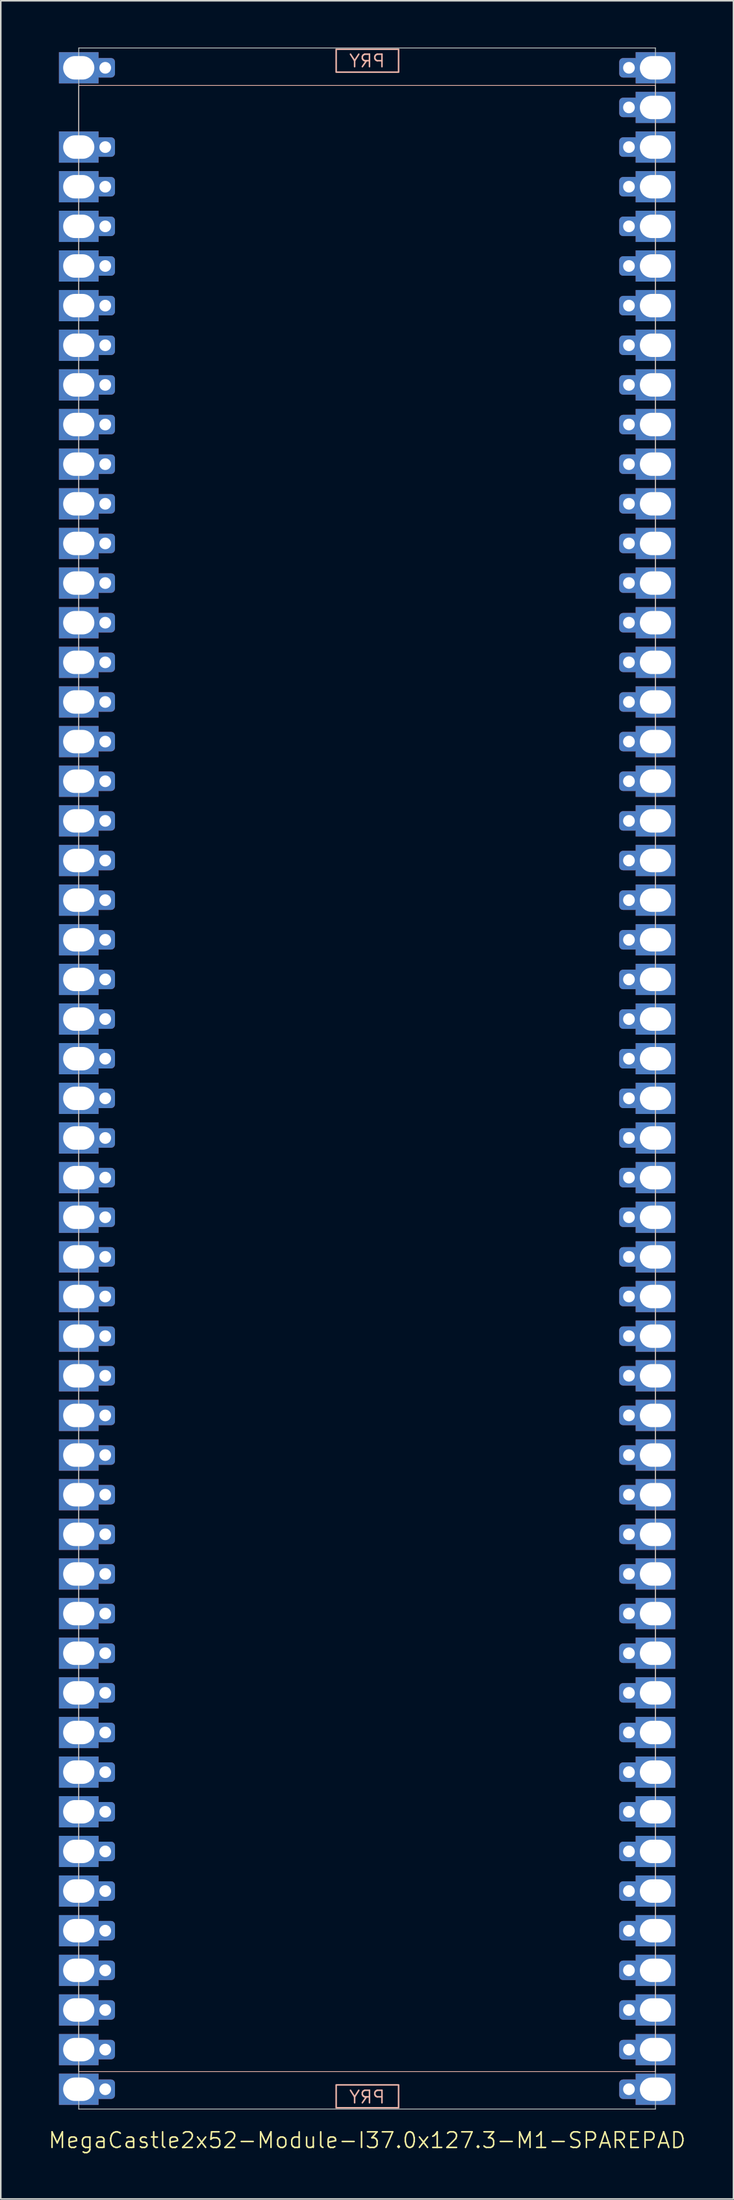
<source format=kicad_pcb>
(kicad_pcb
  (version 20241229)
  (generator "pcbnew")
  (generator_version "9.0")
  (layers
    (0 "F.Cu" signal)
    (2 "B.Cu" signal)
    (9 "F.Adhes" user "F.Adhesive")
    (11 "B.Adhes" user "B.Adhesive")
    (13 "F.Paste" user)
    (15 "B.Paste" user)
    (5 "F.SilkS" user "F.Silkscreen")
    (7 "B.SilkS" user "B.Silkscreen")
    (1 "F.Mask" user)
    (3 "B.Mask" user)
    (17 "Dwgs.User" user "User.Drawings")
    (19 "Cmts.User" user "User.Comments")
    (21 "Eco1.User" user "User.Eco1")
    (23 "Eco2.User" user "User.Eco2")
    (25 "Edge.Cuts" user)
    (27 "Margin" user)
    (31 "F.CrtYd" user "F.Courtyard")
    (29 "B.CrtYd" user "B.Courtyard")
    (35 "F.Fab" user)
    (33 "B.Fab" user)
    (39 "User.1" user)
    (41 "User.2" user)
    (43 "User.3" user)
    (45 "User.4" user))
  (footprint "MegaCastle2x52-Module-I37.0x127.3-M1-SPAREPAD"
    (layer "F.Cu")
    (at 20.502 66.065)
    (property "Reference" "MegaCastle2x52-Module-I37.0x127.3-M1-SPAREPAD" (at 0 68.04 0) (unlocked yes) (layer "F.SilkS") (effects (font (size 1 1) (thickness 0.1))))
    (attr smd)
    (fp_rect (start -18.5 63.64) (end 18.5 -63.64) (stroke (width 0.05) (type default)) (fill no) (layer "B.SilkS"))
    (fp_rect (start -1.984 -64.491) (end 2.02 -65.96) (stroke (width 0.1) (type default)) (fill no) (layer "B.SilkS"))
    (fp_rect (start -1.984 64.491) (end 2.02 65.96) (stroke (width 0.1) (type default)) (fill no) (layer "B.SilkS"))
    (fp_line (start -18.5 -66.04) (end -18.5 66.04) (stroke (width 0.05) (type default)) (layer "Edge.Cuts"))
    (fp_line (start -18.5 -66.04) (end 18.5 -66.04) (stroke (width 0.05) (type default)) (layer "Edge.Cuts"))
    (fp_line (start -18.5 66.04) (end 18.5 66.04) (stroke (width 0.05) (type default)) (layer "Edge.Cuts"))
    (fp_line (start 18.5 -66.04) (end 18.5 66.04) (stroke (width 0.05) (type default)) (layer "Edge.Cuts"))
    (fp_text user "PRY" (at 0 65.74 0) (unlocked yes) (layer "B.SilkS") (effects (font (size 0.8 0.8) (thickness 0.1)) (justify bottom mirror)))
    (fp_text user "PRY" (at 0 -64.74 0) (unlocked yes) (layer "B.SilkS") (effects (font (size 0.8 0.8) (thickness 0.1)) (justify bottom mirror)))
    (pad "1" thru_hole rect (at -18.5 -64.77) (size 2.54 2) (drill oval 2 1.5) (property pad_prop_castellated) (layers "*.Cu" "*.Mask"))
    (pad "1" thru_hole roundrect (at -16.8 -64.77 180) (size 1.25 1.25) (drill 0.75) (layers "*.Cu" "*.Mask") (roundrect_rratio 0.2))
    (pad "3" thru_hole rect (at -18.5 -59.69) (size 2.54 2) (drill oval 2 1.5) (property pad_prop_castellated) (layers "*.Cu" "*.Mask"))
    (pad "3" thru_hole roundrect (at -16.8 -59.69 180) (size 1.25 1.25) (drill 0.75) (layers "*.Cu" "*.Mask") (roundrect_rratio 0.2))
    (pad "4" thru_hole rect (at -18.5 -57.15) (size 2.54 2) (drill oval 2 1.5) (property pad_prop_castellated) (layers "*.Cu" "*.Mask"))
    (pad "4" thru_hole roundrect (at -16.8 -57.15 180) (size 1.25 1.25) (drill 0.75) (layers "*.Cu" "*.Mask") (roundrect_rratio 0.2))
    (pad "5" thru_hole rect (at -18.5 -54.61) (size 2.54 2) (drill oval 2 1.5) (property pad_prop_castellated) (layers "*.Cu" "*.Mask"))
    (pad "5" thru_hole roundrect (at -16.8 -54.61 180) (size 1.25 1.25) (drill 0.75) (layers "*.Cu" "*.Mask") (roundrect_rratio 0.2))
    (pad "6" thru_hole rect (at -18.5 -52.07) (size 2.54 2) (drill oval 2 1.5) (property pad_prop_castellated) (layers "*.Cu" "*.Mask"))
    (pad "6" thru_hole roundrect (at -16.8 -52.07 180) (size 1.25 1.25) (drill 0.75) (layers "*.Cu" "*.Mask") (roundrect_rratio 0.2))
    (pad "7" thru_hole rect (at -18.5 -49.53) (size 2.54 2) (drill oval 2 1.5) (property pad_prop_castellated) (layers "*.Cu" "*.Mask"))
    (pad "7" thru_hole roundrect (at -16.8 -49.53 180) (size 1.25 1.25) (drill 0.75) (layers "*.Cu" "*.Mask") (roundrect_rratio 0.2))
    (pad "8" thru_hole rect (at -18.5 -46.99) (size 2.54 2) (drill oval 2 1.5) (property pad_prop_castellated) (layers "*.Cu" "*.Mask"))
    (pad "8" thru_hole roundrect (at -16.8 -46.99 180) (size 1.25 1.25) (drill 0.75) (layers "*.Cu" "*.Mask") (roundrect_rratio 0.2))
    (pad "9" thru_hole rect (at -18.5 -44.45) (size 2.54 2) (drill oval 2 1.5) (property pad_prop_castellated) (layers "*.Cu" "*.Mask"))
    (pad "9" thru_hole roundrect (at -16.8 -44.45 180) (size 1.25 1.25) (drill 0.75) (layers "*.Cu" "*.Mask") (roundrect_rratio 0.2))
    (pad "10" thru_hole rect (at -18.5 -41.91) (size 2.54 2) (drill oval 2 1.5) (property pad_prop_castellated) (layers "*.Cu" "*.Mask"))
    (pad "10" thru_hole roundrect (at -16.8 -41.91 180) (size 1.25 1.25) (drill 0.75) (layers "*.Cu" "*.Mask") (roundrect_rratio 0.2))
    (pad "11" thru_hole rect (at -18.5 -39.37) (size 2.54 2) (drill oval 2 1.5) (property pad_prop_castellated) (layers "*.Cu" "*.Mask"))
    (pad "11" thru_hole roundrect (at -16.8 -39.37 180) (size 1.25 1.25) (drill 0.75) (layers "*.Cu" "*.Mask") (roundrect_rratio 0.2))
    (pad "12" thru_hole rect (at -18.5 -36.83) (size 2.54 2) (drill oval 2 1.5) (property pad_prop_castellated) (layers "*.Cu" "*.Mask"))
    (pad "12" thru_hole roundrect (at -16.8 -36.83 180) (size 1.25 1.25) (drill 0.75) (layers "*.Cu" "*.Mask") (roundrect_rratio 0.2))
    (pad "13" thru_hole rect (at -18.5 -34.29) (size 2.54 2) (drill oval 2 1.5) (property pad_prop_castellated) (layers "*.Cu" "*.Mask"))
    (pad "13" thru_hole roundrect (at -16.8 -34.29 180) (size 1.25 1.25) (drill 0.75) (layers "*.Cu" "*.Mask") (roundrect_rratio 0.2))
    (pad "14" thru_hole rect (at -18.5 -31.75) (size 2.54 2) (drill oval 2 1.5) (property pad_prop_castellated) (layers "*.Cu" "*.Mask"))
    (pad "14" thru_hole roundrect (at -16.8 -31.75 180) (size 1.25 1.25) (drill 0.75) (layers "*.Cu" "*.Mask") (roundrect_rratio 0.2))
    (pad "15" thru_hole rect (at -18.5 -29.21) (size 2.54 2) (drill oval 2 1.5) (property pad_prop_castellated) (layers "*.Cu" "*.Mask"))
    (pad "15" thru_hole roundrect (at -16.8 -29.21 180) (size 1.25 1.25) (drill 0.75) (layers "*.Cu" "*.Mask") (roundrect_rratio 0.2))
    (pad "16" thru_hole rect (at -18.5 -26.67) (size 2.54 2) (drill oval 2 1.5) (property pad_prop_castellated) (layers "*.Cu" "*.Mask"))
    (pad "16" thru_hole roundrect (at -16.8 -26.67 180) (size 1.25 1.25) (drill 0.75) (layers "*.Cu" "*.Mask") (roundrect_rratio 0.2))
    (pad "17" thru_hole rect (at -18.5 -24.13) (size 2.54 2) (drill oval 2 1.5) (property pad_prop_castellated) (layers "*.Cu" "*.Mask"))
    (pad "17" thru_hole roundrect (at -16.8 -24.13 180) (size 1.25 1.25) (drill 0.75) (layers "*.Cu" "*.Mask") (roundrect_rratio 0.2))
    (pad "18" thru_hole rect (at -18.5 -21.59) (size 2.54 2) (drill oval 2 1.5) (property pad_prop_castellated) (layers "*.Cu" "*.Mask"))
    (pad "18" thru_hole roundrect (at -16.8 -21.59 180) (size 1.25 1.25) (drill 0.75) (layers "*.Cu" "*.Mask") (roundrect_rratio 0.2))
    (pad "19" thru_hole rect (at -18.5 -19.05) (size 2.54 2) (drill oval 2 1.5) (property pad_prop_castellated) (layers "*.Cu" "*.Mask"))
    (pad "19" thru_hole roundrect (at -16.8 -19.05 180) (size 1.25 1.25) (drill 0.75) (layers "*.Cu" "*.Mask") (roundrect_rratio 0.2))
    (pad "20" thru_hole rect (at -18.5 -16.51) (size 2.54 2) (drill oval 2 1.5) (property pad_prop_castellated) (layers "*.Cu" "*.Mask"))
    (pad "20" thru_hole roundrect (at -16.8 -16.51 180) (size 1.25 1.25) (drill 0.75) (layers "*.Cu" "*.Mask") (roundrect_rratio 0.2))
    (pad "21" thru_hole rect (at -18.5 -13.97) (size 2.54 2) (drill oval 2 1.5) (property pad_prop_castellated) (layers "*.Cu" "*.Mask"))
    (pad "21" thru_hole roundrect (at -16.8 -13.97 180) (size 1.25 1.25) (drill 0.75) (layers "*.Cu" "*.Mask") (roundrect_rratio 0.2))
    (pad "22" thru_hole rect (at -18.5 -11.43) (size 2.54 2) (drill oval 2 1.5) (property pad_prop_castellated) (layers "*.Cu" "*.Mask"))
    (pad "22" thru_hole roundrect (at -16.8 -11.43 180) (size 1.25 1.25) (drill 0.75) (layers "*.Cu" "*.Mask") (roundrect_rratio 0.2))
    (pad "23" thru_hole rect (at -18.5 -8.89) (size 2.54 2) (drill oval 2 1.5) (property pad_prop_castellated) (layers "*.Cu" "*.Mask"))
    (pad "23" thru_hole roundrect (at -16.8 -8.89 180) (size 1.25 1.25) (drill 0.75) (layers "*.Cu" "*.Mask") (roundrect_rratio 0.2))
    (pad "24" thru_hole rect (at -18.5 -6.35) (size 2.54 2) (drill oval 2 1.5) (property pad_prop_castellated) (layers "*.Cu" "*.Mask"))
    (pad "24" thru_hole roundrect (at -16.8 -6.35 180) (size 1.25 1.25) (drill 0.75) (layers "*.Cu" "*.Mask") (roundrect_rratio 0.2))
    (pad "25" thru_hole rect (at -18.5 -3.81) (size 2.54 2) (drill oval 2 1.5) (property pad_prop_castellated) (layers "*.Cu" "*.Mask"))
    (pad "25" thru_hole roundrect (at -16.8 -3.81 180) (size 1.25 1.25) (drill 0.75) (layers "*.Cu" "*.Mask") (roundrect_rratio 0.2))
    (pad "26" thru_hole rect (at -18.5 -1.27) (size 2.54 2) (drill oval 2 1.5) (property pad_prop_castellated) (layers "*.Cu" "*.Mask"))
    (pad "26" thru_hole roundrect (at -16.8 -1.27 180) (size 1.25 1.25) (drill 0.75) (layers "*.Cu" "*.Mask") (roundrect_rratio 0.2))
    (pad "27" thru_hole rect (at -18.5 1.27) (size 2.54 2) (drill oval 2 1.5) (property pad_prop_castellated) (layers "*.Cu" "*.Mask"))
    (pad "27" thru_hole roundrect (at -16.8 1.27 180) (size 1.25 1.25) (drill 0.75) (layers "*.Cu" "*.Mask") (roundrect_rratio 0.2))
    (pad "28" thru_hole rect (at -18.5 3.81) (size 2.54 2) (drill oval 2 1.5) (property pad_prop_castellated) (layers "*.Cu" "*.Mask"))
    (pad "28" thru_hole roundrect (at -16.8 3.81 180) (size 1.25 1.25) (drill 0.75) (layers "*.Cu" "*.Mask") (roundrect_rratio 0.2))
    (pad "29" thru_hole rect (at -18.5 6.35) (size 2.54 2) (drill oval 2 1.5) (property pad_prop_castellated) (layers "*.Cu" "*.Mask"))
    (pad "29" thru_hole roundrect (at -16.8 6.35 180) (size 1.25 1.25) (drill 0.75) (layers "*.Cu" "*.Mask") (roundrect_rratio 0.2))
    (pad "30" thru_hole rect (at -18.5 8.89) (size 2.54 2) (drill oval 2 1.5) (property pad_prop_castellated) (layers "*.Cu" "*.Mask"))
    (pad "30" thru_hole roundrect (at -16.8 8.89 180) (size 1.25 1.25) (drill 0.75) (layers "*.Cu" "*.Mask") (roundrect_rratio 0.2))
    (pad "31" thru_hole rect (at -18.5 11.43) (size 2.54 2) (drill oval 2 1.5) (property pad_prop_castellated) (layers "*.Cu" "*.Mask"))
    (pad "31" thru_hole roundrect (at -16.8 11.43 180) (size 1.25 1.25) (drill 0.75) (layers "*.Cu" "*.Mask") (roundrect_rratio 0.2))
    (pad "32" thru_hole rect (at -18.5 13.97) (size 2.54 2) (drill oval 2 1.5) (property pad_prop_castellated) (layers "*.Cu" "*.Mask"))
    (pad "32" thru_hole roundrect (at -16.8 13.97 180) (size 1.25 1.25) (drill 0.75) (layers "*.Cu" "*.Mask") (roundrect_rratio 0.2))
    (pad "33" thru_hole rect (at -18.5 16.51) (size 2.54 2) (drill oval 2 1.5) (property pad_prop_castellated) (layers "*.Cu" "*.Mask"))
    (pad "33" thru_hole roundrect (at -16.8 16.51 180) (size 1.25 1.25) (drill 0.75) (layers "*.Cu" "*.Mask") (roundrect_rratio 0.2))
    (pad "34" thru_hole rect (at -18.5 19.05) (size 2.54 2) (drill oval 2 1.5) (property pad_prop_castellated) (layers "*.Cu" "*.Mask"))
    (pad "34" thru_hole roundrect (at -16.8 19.05 180) (size 1.25 1.25) (drill 0.75) (layers "*.Cu" "*.Mask") (roundrect_rratio 0.2))
    (pad "35" thru_hole rect (at -18.5 21.59) (size 2.54 2) (drill oval 2 1.5) (property pad_prop_castellated) (layers "*.Cu" "*.Mask"))
    (pad "35" thru_hole roundrect (at -16.8 21.59 180) (size 1.25 1.25) (drill 0.75) (layers "*.Cu" "*.Mask") (roundrect_rratio 0.2))
    (pad "36" thru_hole rect (at -18.5 24.13) (size 2.54 2) (drill oval 2 1.5) (property pad_prop_castellated) (layers "*.Cu" "*.Mask"))
    (pad "36" thru_hole roundrect (at -16.8 24.13 180) (size 1.25 1.25) (drill 0.75) (layers "*.Cu" "*.Mask") (roundrect_rratio 0.2))
    (pad "37" thru_hole rect (at -18.5 26.67) (size 2.54 2) (drill oval 2 1.5) (property pad_prop_castellated) (layers "*.Cu" "*.Mask"))
    (pad "37" thru_hole roundrect (at -16.8 26.67 180) (size 1.25 1.25) (drill 0.75) (layers "*.Cu" "*.Mask") (roundrect_rratio 0.2))
    (pad "38" thru_hole rect (at -18.5 29.21) (size 2.54 2) (drill oval 2 1.5) (property pad_prop_castellated) (layers "*.Cu" "*.Mask"))
    (pad "38" thru_hole roundrect (at -16.8 29.21 180) (size 1.25 1.25) (drill 0.75) (layers "*.Cu" "*.Mask") (roundrect_rratio 0.2))
    (pad "39" thru_hole rect (at -18.5 31.75) (size 2.54 2) (drill oval 2 1.5) (property pad_prop_castellated) (layers "*.Cu" "*.Mask"))
    (pad "39" thru_hole roundrect (at -16.8 31.75 180) (size 1.25 1.25) (drill 0.75) (layers "*.Cu" "*.Mask") (roundrect_rratio 0.2))
    (pad "40" thru_hole rect (at -18.5 34.29) (size 2.54 2) (drill oval 2 1.5) (property pad_prop_castellated) (layers "*.Cu" "*.Mask"))
    (pad "40" thru_hole roundrect (at -16.8 34.29 180) (size 1.25 1.25) (drill 0.75) (layers "*.Cu" "*.Mask") (roundrect_rratio 0.2))
    (pad "41" thru_hole rect (at -18.5 36.83) (size 2.54 2) (drill oval 2 1.5) (property pad_prop_castellated) (layers "*.Cu" "*.Mask"))
    (pad "41" thru_hole roundrect (at -16.8 36.83 180) (size 1.25 1.25) (drill 0.75) (layers "*.Cu" "*.Mask") (roundrect_rratio 0.2))
    (pad "42" thru_hole rect (at -18.5 39.37) (size 2.54 2) (drill oval 2 1.5) (property pad_prop_castellated) (layers "*.Cu" "*.Mask"))
    (pad "42" thru_hole roundrect (at -16.8 39.37 180) (size 1.25 1.25) (drill 0.75) (layers "*.Cu" "*.Mask") (roundrect_rratio 0.2))
    (pad "43" thru_hole rect (at -18.5 41.91) (size 2.54 2) (drill oval 2 1.5) (property pad_prop_castellated) (layers "*.Cu" "*.Mask"))
    (pad "43" thru_hole roundrect (at -16.8 41.91 180) (size 1.25 1.25) (drill 0.75) (layers "*.Cu" "*.Mask") (roundrect_rratio 0.2))
    (pad "44" thru_hole rect (at -18.5 44.45) (size 2.54 2) (drill oval 2 1.5) (property pad_prop_castellated) (layers "*.Cu" "*.Mask"))
    (pad "44" thru_hole roundrect (at -16.8 44.45 180) (size 1.25 1.25) (drill 0.75) (layers "*.Cu" "*.Mask") (roundrect_rratio 0.2))
    (pad "45" thru_hole rect (at -18.5 46.99) (size 2.54 2) (drill oval 2 1.5) (property pad_prop_castellated) (layers "*.Cu" "*.Mask"))
    (pad "45" thru_hole roundrect (at -16.8 46.99 180) (size 1.25 1.25) (drill 0.75) (layers "*.Cu" "*.Mask") (roundrect_rratio 0.2))
    (pad "46" thru_hole rect (at -18.5 49.53) (size 2.54 2) (drill oval 2 1.5) (property pad_prop_castellated) (layers "*.Cu" "*.Mask"))
    (pad "46" thru_hole roundrect (at -16.8 49.53 180) (size 1.25 1.25) (drill 0.75) (layers "*.Cu" "*.Mask") (roundrect_rratio 0.2))
    (pad "47" thru_hole rect (at -18.5 52.07) (size 2.54 2) (drill oval 2 1.5) (property pad_prop_castellated) (layers "*.Cu" "*.Mask"))
    (pad "47" thru_hole roundrect (at -16.8 52.07 180) (size 1.25 1.25) (drill 0.75) (layers "*.Cu" "*.Mask") (roundrect_rratio 0.2))
    (pad "48" thru_hole rect (at -18.5 54.61) (size 2.54 2) (drill oval 2 1.5) (property pad_prop_castellated) (layers "*.Cu" "*.Mask"))
    (pad "48" thru_hole roundrect (at -16.8 54.61 180) (size 1.25 1.25) (drill 0.75) (layers "*.Cu" "*.Mask") (roundrect_rratio 0.2))
    (pad "49" thru_hole rect (at -18.5 57.15) (size 2.54 2) (drill oval 2 1.5) (property pad_prop_castellated) (layers "*.Cu" "*.Mask"))
    (pad "49" thru_hole roundrect (at -16.8 57.15 180) (size 1.25 1.25) (drill 0.75) (layers "*.Cu" "*.Mask") (roundrect_rratio 0.2))
    (pad "50" thru_hole rect (at -18.5 59.69) (size 2.54 2) (drill oval 2 1.5) (property pad_prop_castellated) (layers "*.Cu" "*.Mask"))
    (pad "50" thru_hole roundrect (at -16.8 59.69 180) (size 1.25 1.25) (drill 0.75) (layers "*.Cu" "*.Mask") (roundrect_rratio 0.2))
    (pad "51" thru_hole rect (at -18.5 62.23) (size 2.54 2) (drill oval 2 1.5) (property pad_prop_castellated) (layers "*.Cu" "*.Mask"))
    (pad "51" thru_hole roundrect (at -16.8 62.23 180) (size 1.25 1.25) (drill 0.75) (layers "*.Cu" "*.Mask") (roundrect_rratio 0.2))
    (pad "52" thru_hole rect (at -18.5 64.77) (size 2.54 2) (drill oval 2 1.5) (property pad_prop_castellated) (layers "*.Cu" "*.Mask"))
    (pad "52" thru_hole roundrect (at -16.8 64.77 180) (size 1.25 1.25) (drill 0.75) (layers "*.Cu" "*.Mask") (roundrect_rratio 0.2))
    (pad "53" thru_hole roundrect (at 16.8 -64.77 180) (size 1.25 1.25) (drill 0.75) (layers "*.Cu" "*.Mask") (roundrect_rratio 0.2))
    (pad "53" thru_hole rect (at 18.5 -64.77) (size 2.54 2) (drill oval 2 1.5) (property pad_prop_castellated) (layers "*.Cu" "*.Mask"))
    (pad "54" thru_hole roundrect (at 16.8 -62.23 180) (size 1.25 1.25) (drill 0.75) (layers "*.Cu" "*.Mask") (roundrect_rratio 0.2))
    (pad "54" thru_hole rect (at 18.5 -62.23) (size 2.54 2) (drill oval 2 1.5) (property pad_prop_castellated) (layers "*.Cu" "*.Mask"))
    (pad "55" thru_hole roundrect (at 16.8 -59.69 180) (size 1.25 1.25) (drill 0.75) (layers "*.Cu" "*.Mask") (roundrect_rratio 0.2))
    (pad "55" thru_hole rect (at 18.5 -59.69) (size 2.54 2) (drill oval 2 1.5) (property pad_prop_castellated) (layers "*.Cu" "*.Mask"))
    (pad "56" thru_hole roundrect (at 16.8 -57.15 180) (size 1.25 1.25) (drill 0.75) (layers "*.Cu" "*.Mask") (roundrect_rratio 0.2))
    (pad "56" thru_hole rect (at 18.5 -57.15) (size 2.54 2) (drill oval 2 1.5) (property pad_prop_castellated) (layers "*.Cu" "*.Mask"))
    (pad "57" thru_hole roundrect (at 16.8 -54.61 180) (size 1.25 1.25) (drill 0.75) (layers "*.Cu" "*.Mask") (roundrect_rratio 0.2))
    (pad "57" thru_hole rect (at 18.5 -54.61) (size 2.54 2) (drill oval 2 1.5) (property pad_prop_castellated) (layers "*.Cu" "*.Mask"))
    (pad "58" thru_hole roundrect (at 16.8 -52.07 180) (size 1.25 1.25) (drill 0.75) (layers "*.Cu" "*.Mask") (roundrect_rratio 0.2))
    (pad "58" thru_hole rect (at 18.5 -52.07) (size 2.54 2) (drill oval 2 1.5) (property pad_prop_castellated) (layers "*.Cu" "*.Mask"))
    (pad "59" thru_hole roundrect (at 16.8 -49.53 180) (size 1.25 1.25) (drill 0.75) (layers "*.Cu" "*.Mask") (roundrect_rratio 0.2))
    (pad "59" thru_hole rect (at 18.5 -49.53) (size 2.54 2) (drill oval 2 1.5) (property pad_prop_castellated) (layers "*.Cu" "*.Mask"))
    (pad "60" thru_hole roundrect (at 16.8 -46.99 180) (size 1.25 1.25) (drill 0.75) (layers "*.Cu" "*.Mask") (roundrect_rratio 0.2))
    (pad "60" thru_hole rect (at 18.5 -46.99) (size 2.54 2) (drill oval 2 1.5) (property pad_prop_castellated) (layers "*.Cu" "*.Mask"))
    (pad "61" thru_hole roundrect (at 16.8 -44.45 180) (size 1.25 1.25) (drill 0.75) (layers "*.Cu" "*.Mask") (roundrect_rratio 0.2))
    (pad "61" thru_hole rect (at 18.5 -44.45) (size 2.54 2) (drill oval 2 1.5) (property pad_prop_castellated) (layers "*.Cu" "*.Mask"))
    (pad "62" thru_hole roundrect (at 16.8 -41.91 180) (size 1.25 1.25) (drill 0.75) (layers "*.Cu" "*.Mask") (roundrect_rratio 0.2))
    (pad "62" thru_hole rect (at 18.5 -41.91) (size 2.54 2) (drill oval 2 1.5) (property pad_prop_castellated) (layers "*.Cu" "*.Mask"))
    (pad "63" thru_hole roundrect (at 16.8 -39.37 180) (size 1.25 1.25) (drill 0.75) (layers "*.Cu" "*.Mask") (roundrect_rratio 0.2))
    (pad "63" thru_hole rect (at 18.5 -39.37) (size 2.54 2) (drill oval 2 1.5) (property pad_prop_castellated) (layers "*.Cu" "*.Mask"))
    (pad "64" thru_hole roundrect (at 16.8 -36.83 180) (size 1.25 1.25) (drill 0.75) (layers "*.Cu" "*.Mask") (roundrect_rratio 0.2))
    (pad "64" thru_hole rect (at 18.5 -36.83) (size 2.54 2) (drill oval 2 1.5) (property pad_prop_castellated) (layers "*.Cu" "*.Mask"))
    (pad "65" thru_hole roundrect (at 16.8 -34.29 180) (size 1.25 1.25) (drill 0.75) (layers "*.Cu" "*.Mask") (roundrect_rratio 0.2))
    (pad "65" thru_hole rect (at 18.5 -34.29) (size 2.54 2) (drill oval 2 1.5) (property pad_prop_castellated) (layers "*.Cu" "*.Mask"))
    (pad "66" thru_hole roundrect (at 16.8 -31.75 180) (size 1.25 1.25) (drill 0.75) (layers "*.Cu" "*.Mask") (roundrect_rratio 0.2))
    (pad "66" thru_hole rect (at 18.5 -31.75) (size 2.54 2) (drill oval 2 1.5) (property pad_prop_castellated) (layers "*.Cu" "*.Mask"))
    (pad "67" thru_hole roundrect (at 16.8 -29.21 180) (size 1.25 1.25) (drill 0.75) (layers "*.Cu" "*.Mask") (roundrect_rratio 0.2))
    (pad "67" thru_hole rect (at 18.5 -29.21) (size 2.54 2) (drill oval 2 1.5) (property pad_prop_castellated) (layers "*.Cu" "*.Mask"))
    (pad "68" thru_hole roundrect (at 16.8 -26.67 180) (size 1.25 1.25) (drill 0.75) (layers "*.Cu" "*.Mask") (roundrect_rratio 0.2))
    (pad "68" thru_hole rect (at 18.5 -26.67) (size 2.54 2) (drill oval 2 1.5) (property pad_prop_castellated) (layers "*.Cu" "*.Mask"))
    (pad "69" thru_hole roundrect (at 16.8 -24.13 180) (size 1.25 1.25) (drill 0.75) (layers "*.Cu" "*.Mask") (roundrect_rratio 0.2))
    (pad "69" thru_hole rect (at 18.5 -24.13) (size 2.54 2) (drill oval 2 1.5) (property pad_prop_castellated) (layers "*.Cu" "*.Mask"))
    (pad "70" thru_hole roundrect (at 16.8 -21.59 180) (size 1.25 1.25) (drill 0.75) (layers "*.Cu" "*.Mask") (roundrect_rratio 0.2))
    (pad "70" thru_hole rect (at 18.5 -21.59) (size 2.54 2) (drill oval 2 1.5) (property pad_prop_castellated) (layers "*.Cu" "*.Mask"))
    (pad "71" thru_hole roundrect (at 16.8 -19.05 180) (size 1.25 1.25) (drill 0.75) (layers "*.Cu" "*.Mask") (roundrect_rratio 0.2))
    (pad "71" thru_hole rect (at 18.5 -19.05) (size 2.54 2) (drill oval 2 1.5) (property pad_prop_castellated) (layers "*.Cu" "*.Mask"))
    (pad "72" thru_hole roundrect (at 16.8 -16.51 180) (size 1.25 1.25) (drill 0.75) (layers "*.Cu" "*.Mask") (roundrect_rratio 0.2))
    (pad "72" thru_hole rect (at 18.5 -16.51) (size 2.54 2) (drill oval 2 1.5) (property pad_prop_castellated) (layers "*.Cu" "*.Mask"))
    (pad "73" thru_hole roundrect (at 16.8 -13.97 180) (size 1.25 1.25) (drill 0.75) (layers "*.Cu" "*.Mask") (roundrect_rratio 0.2))
    (pad "73" thru_hole rect (at 18.5 -13.97) (size 2.54 2) (drill oval 2 1.5) (property pad_prop_castellated) (layers "*.Cu" "*.Mask"))
    (pad "74" thru_hole roundrect (at 16.8 -11.43 180) (size 1.25 1.25) (drill 0.75) (layers "*.Cu" "*.Mask") (roundrect_rratio 0.2))
    (pad "74" thru_hole rect (at 18.5 -11.43) (size 2.54 2) (drill oval 2 1.5) (property pad_prop_castellated) (layers "*.Cu" "*.Mask"))
    (pad "75" thru_hole roundrect (at 16.8 -8.89 180) (size 1.25 1.25) (drill 0.75) (layers "*.Cu" "*.Mask") (roundrect_rratio 0.2))
    (pad "75" thru_hole rect (at 18.5 -8.89) (size 2.54 2) (drill oval 2 1.5) (property pad_prop_castellated) (layers "*.Cu" "*.Mask"))
    (pad "76" thru_hole roundrect (at 16.8 -6.35 180) (size 1.25 1.25) (drill 0.75) (layers "*.Cu" "*.Mask") (roundrect_rratio 0.2))
    (pad "76" thru_hole rect (at 18.5 -6.35) (size 2.54 2) (drill oval 2 1.5) (property pad_prop_castellated) (layers "*.Cu" "*.Mask"))
    (pad "77" thru_hole roundrect (at 16.8 -3.81 180) (size 1.25 1.25) (drill 0.75) (layers "*.Cu" "*.Mask") (roundrect_rratio 0.2))
    (pad "77" thru_hole rect (at 18.5 -3.81) (size 2.54 2) (drill oval 2 1.5) (property pad_prop_castellated) (layers "*.Cu" "*.Mask"))
    (pad "78" thru_hole roundrect (at 16.8 -1.27 180) (size 1.25 1.25) (drill 0.75) (layers "*.Cu" "*.Mask") (roundrect_rratio 0.2))
    (pad "78" thru_hole rect (at 18.5 -1.27) (size 2.54 2) (drill oval 2 1.5) (property pad_prop_castellated) (layers "*.Cu" "*.Mask"))
    (pad "79" thru_hole roundrect (at 16.8 1.27 180) (size 1.25 1.25) (drill 0.75) (layers "*.Cu" "*.Mask") (roundrect_rratio 0.2))
    (pad "79" thru_hole rect (at 18.5 1.27) (size 2.54 2) (drill oval 2 1.5) (property pad_prop_castellated) (layers "*.Cu" "*.Mask"))
    (pad "80" thru_hole roundrect (at 16.8 3.81 180) (size 1.25 1.25) (drill 0.75) (layers "*.Cu" "*.Mask") (roundrect_rratio 0.2))
    (pad "80" thru_hole rect (at 18.5 3.81) (size 2.54 2) (drill oval 2 1.5) (property pad_prop_castellated) (layers "*.Cu" "*.Mask"))
    (pad "81" thru_hole roundrect (at 16.8 6.35 180) (size 1.25 1.25) (drill 0.75) (layers "*.Cu" "*.Mask") (roundrect_rratio 0.2))
    (pad "81" thru_hole rect (at 18.5 6.35) (size 2.54 2) (drill oval 2 1.5) (property pad_prop_castellated) (layers "*.Cu" "*.Mask"))
    (pad "82" thru_hole roundrect (at 16.8 8.89 180) (size 1.25 1.25) (drill 0.75) (layers "*.Cu" "*.Mask") (roundrect_rratio 0.2))
    (pad "82" thru_hole rect (at 18.5 8.89) (size 2.54 2) (drill oval 2 1.5) (property pad_prop_castellated) (layers "*.Cu" "*.Mask"))
    (pad "83" thru_hole roundrect (at 16.8 11.43 180) (size 1.25 1.25) (drill 0.75) (layers "*.Cu" "*.Mask") (roundrect_rratio 0.2))
    (pad "83" thru_hole rect (at 18.5 11.43) (size 2.54 2) (drill oval 2 1.5) (property pad_prop_castellated) (layers "*.Cu" "*.Mask"))
    (pad "84" thru_hole roundrect (at 16.8 13.97 180) (size 1.25 1.25) (drill 0.75) (layers "*.Cu" "*.Mask") (roundrect_rratio 0.2))
    (pad "84" thru_hole rect (at 18.5 13.97) (size 2.54 2) (drill oval 2 1.5) (property pad_prop_castellated) (layers "*.Cu" "*.Mask"))
    (pad "85" thru_hole roundrect (at 16.8 16.51 180) (size 1.25 1.25) (drill 0.75) (layers "*.Cu" "*.Mask") (roundrect_rratio 0.2))
    (pad "85" thru_hole rect (at 18.5 16.51) (size 2.54 2) (drill oval 2 1.5) (property pad_prop_castellated) (layers "*.Cu" "*.Mask"))
    (pad "86" thru_hole roundrect (at 16.8 19.05 180) (size 1.25 1.25) (drill 0.75) (layers "*.Cu" "*.Mask") (roundrect_rratio 0.2))
    (pad "86" thru_hole rect (at 18.5 19.05) (size 2.54 2) (drill oval 2 1.5) (property pad_prop_castellated) (layers "*.Cu" "*.Mask"))
    (pad "87" thru_hole roundrect (at 16.8 21.59 180) (size 1.25 1.25) (drill 0.75) (layers "*.Cu" "*.Mask") (roundrect_rratio 0.2))
    (pad "87" thru_hole rect (at 18.5 21.59) (size 2.54 2) (drill oval 2 1.5) (property pad_prop_castellated) (layers "*.Cu" "*.Mask"))
    (pad "88" thru_hole roundrect (at 16.8 24.13 180) (size 1.25 1.25) (drill 0.75) (layers "*.Cu" "*.Mask") (roundrect_rratio 0.2))
    (pad "88" thru_hole rect (at 18.5 24.13) (size 2.54 2) (drill oval 2 1.5) (property pad_prop_castellated) (layers "*.Cu" "*.Mask"))
    (pad "89" thru_hole roundrect (at 16.8 26.67 180) (size 1.25 1.25) (drill 0.75) (layers "*.Cu" "*.Mask") (roundrect_rratio 0.2))
    (pad "89" thru_hole rect (at 18.5 26.67) (size 2.54 2) (drill oval 2 1.5) (property pad_prop_castellated) (layers "*.Cu" "*.Mask"))
    (pad "90" thru_hole roundrect (at 16.8 29.21 180) (size 1.25 1.25) (drill 0.75) (layers "*.Cu" "*.Mask") (roundrect_rratio 0.2))
    (pad "90" thru_hole rect (at 18.5 29.21) (size 2.54 2) (drill oval 2 1.5) (property pad_prop_castellated) (layers "*.Cu" "*.Mask"))
    (pad "91" thru_hole roundrect (at 16.8 31.75 180) (size 1.25 1.25) (drill 0.75) (layers "*.Cu" "*.Mask") (roundrect_rratio 0.2))
    (pad "91" thru_hole rect (at 18.5 31.75) (size 2.54 2) (drill oval 2 1.5) (property pad_prop_castellated) (layers "*.Cu" "*.Mask"))
    (pad "92" thru_hole roundrect (at 16.8 34.29 180) (size 1.25 1.25) (drill 0.75) (layers "*.Cu" "*.Mask") (roundrect_rratio 0.2))
    (pad "92" thru_hole rect (at 18.5 34.29) (size 2.54 2) (drill oval 2 1.5) (property pad_prop_castellated) (layers "*.Cu" "*.Mask"))
    (pad "93" thru_hole roundrect (at 16.8 36.83 180) (size 1.25 1.25) (drill 0.75) (layers "*.Cu" "*.Mask") (roundrect_rratio 0.2))
    (pad "93" thru_hole rect (at 18.5 36.83) (size 2.54 2) (drill oval 2 1.5) (property pad_prop_castellated) (layers "*.Cu" "*.Mask"))
    (pad "94" thru_hole roundrect (at 16.8 39.37 180) (size 1.25 1.25) (drill 0.75) (layers "*.Cu" "*.Mask") (roundrect_rratio 0.2))
    (pad "94" thru_hole rect (at 18.5 39.37) (size 2.54 2) (drill oval 2 1.5) (property pad_prop_castellated) (layers "*.Cu" "*.Mask"))
    (pad "95" thru_hole roundrect (at 16.8 41.91 180) (size 1.25 1.25) (drill 0.75) (layers "*.Cu" "*.Mask") (roundrect_rratio 0.2))
    (pad "95" thru_hole rect (at 18.5 41.91) (size 2.54 2) (drill oval 2 1.5) (property pad_prop_castellated) (layers "*.Cu" "*.Mask"))
    (pad "96" thru_hole roundrect (at 16.8 44.45 180) (size 1.25 1.25) (drill 0.75) (layers "*.Cu" "*.Mask") (roundrect_rratio 0.2))
    (pad "96" thru_hole rect (at 18.5 44.45) (size 2.54 2) (drill oval 2 1.5) (property pad_prop_castellated) (layers "*.Cu" "*.Mask"))
    (pad "97" thru_hole roundrect (at 16.8 46.99 180) (size 1.25 1.25) (drill 0.75) (layers "*.Cu" "*.Mask") (roundrect_rratio 0.2))
    (pad "97" thru_hole rect (at 18.5 46.99) (size 2.54 2) (drill oval 2 1.5) (property pad_prop_castellated) (layers "*.Cu" "*.Mask"))
    (pad "98" thru_hole roundrect (at 16.8 49.53 180) (size 1.25 1.25) (drill 0.75) (layers "*.Cu" "*.Mask") (roundrect_rratio 0.2))
    (pad "98" thru_hole rect (at 18.5 49.53) (size 2.54 2) (drill oval 2 1.5) (property pad_prop_castellated) (layers "*.Cu" "*.Mask"))
    (pad "99" thru_hole roundrect (at 16.8 52.07 180) (size 1.25 1.25) (drill 0.75) (layers "*.Cu" "*.Mask") (roundrect_rratio 0.2))
    (pad "99" thru_hole rect (at 18.5 52.07) (size 2.54 2) (drill oval 2 1.5) (property pad_prop_castellated) (layers "*.Cu" "*.Mask"))
    (pad "100" thru_hole roundrect (at 16.8 54.61 180) (size 1.25 1.25) (drill 0.75) (layers "*.Cu" "*.Mask") (roundrect_rratio 0.2))
    (pad "100" thru_hole rect (at 18.5 54.61) (size 2.54 2) (drill oval 2 1.5) (property pad_prop_castellated) (layers "*.Cu" "*.Mask"))
    (pad "101" thru_hole roundrect (at 16.8 57.15 180) (size 1.25 1.25) (drill 0.75) (layers "*.Cu" "*.Mask") (roundrect_rratio 0.2))
    (pad "101" thru_hole rect (at 18.5 57.15) (size 2.54 2) (drill oval 2 1.5) (property pad_prop_castellated) (layers "*.Cu" "*.Mask"))
    (pad "102" thru_hole roundrect (at 16.8 59.69 180) (size 1.25 1.25) (drill 0.75) (layers "*.Cu" "*.Mask") (roundrect_rratio 0.2))
    (pad "102" thru_hole rect (at 18.5 59.69) (size 2.54 2) (drill oval 2 1.5) (property pad_prop_castellated) (layers "*.Cu" "*.Mask"))
    (pad "103" thru_hole roundrect (at 16.8 62.23 180) (size 1.25 1.25) (drill 0.75) (layers "*.Cu" "*.Mask") (roundrect_rratio 0.2))
    (pad "103" thru_hole rect (at 18.5 62.23) (size 2.54 2) (drill oval 2 1.5) (property pad_prop_castellated) (layers "*.Cu" "*.Mask"))
    (pad "104" thru_hole roundrect (at 16.8 64.77 180) (size 1.25 1.25) (drill 0.75) (layers "*.Cu" "*.Mask") (roundrect_rratio 0.2))
    (pad "104" thru_hole rect (at 18.5 64.77) (size 2.54 2) (drill oval 2 1.5) (property pad_prop_castellated) (layers "*.Cu" "*.Mask"))
    (zone (net_name "") (layer "B.Cu") (hatch edge 0.5) (connect_pads) (min_thickness 0.25) (filled_areas_thickness no) (keepout (tracks allowed) (vias allowed) (pads allowed) (copperpour allowed) (footprints not_allowed)) (placement (enabled no)) (fill) (polygon (pts (xy 2.002 132.105) (xy 2.002 0.025))))
    (zone (net_name "") (layer "B.Cu") (hatch edge 0.5) (connect_pads) (min_thickness 0.25) (filled_areas_thickness no) (keepout (tracks allowed) (vias allowed) (pads allowed) (copperpour allowed) (footprints not_allowed)) (placement (enabled no)) (fill) (polygon (pts (xy 39.002 132.105) (xy 39.002 0.025))))
    (zone (net_name "") (layer "B.Cu") (hatch edge 0.5) (connect_pads) (min_thickness 0.25) (filled_areas_thickness no) (keepout (tracks allowed) (vias allowed) (pads allowed) (copperpour allowed) (footprints not_allowed)) (placement (enabled no)) (fill) (polygon (pts (xy 2.002 0.025) (xy 2.002 2.425) (xy 39.002 2.425) (xy 39.002 0.025))))
    (zone (net_name "") (layer "B.Cu") (hatch edge 0.5) (connect_pads) (min_thickness 0.25) (filled_areas_thickness no) (keepout (tracks allowed) (vias allowed) (pads allowed) (copperpour allowed) (footprints not_allowed)) (placement (enabled no)) (fill) (polygon (pts (xy 2.002 132.105) (xy 2.002 129.705) (xy 39.002 129.705) (xy 39.002 132.105))))
    (zone (net_name "") (layer "B.Cu") (name "Upper Pry Zone") (hatch edge 0.5) (connect_pads) (min_thickness 0.25) (filled_areas_thickness no) (keepout (tracks not_allowed) (vias not_allowed) (pads not_allowed) (copperpour allowed) (footprints not_allowed)) (placement (enabled no)) (fill) (polygon (pts (xy 18.518 1.574) (xy 18.518 0.105) (xy 22.522 0.105) (xy 22.522 1.574))))
    (zone (net_name "") (layer "B.Cu") (name "Upper Pry Zone") (hatch edge 0.5) (connect_pads) (min_thickness 0.25) (filled_areas_thickness no) (keepout (tracks not_allowed) (vias not_allowed) (pads not_allowed) (copperpour allowed) (footprints not_allowed)) (placement (enabled no)) (fill) (polygon (pts (xy 18.518 130.556) (xy 18.518 132.025) (xy 22.522 132.025) (xy 22.522 130.556)))))
  (gr_rect
    (start -3 -3)
    (end 44.005 137.866)
    (stroke (width 0.1) (type default))
    (fill no)
    (layer "Edge.Cuts")))
</source>
